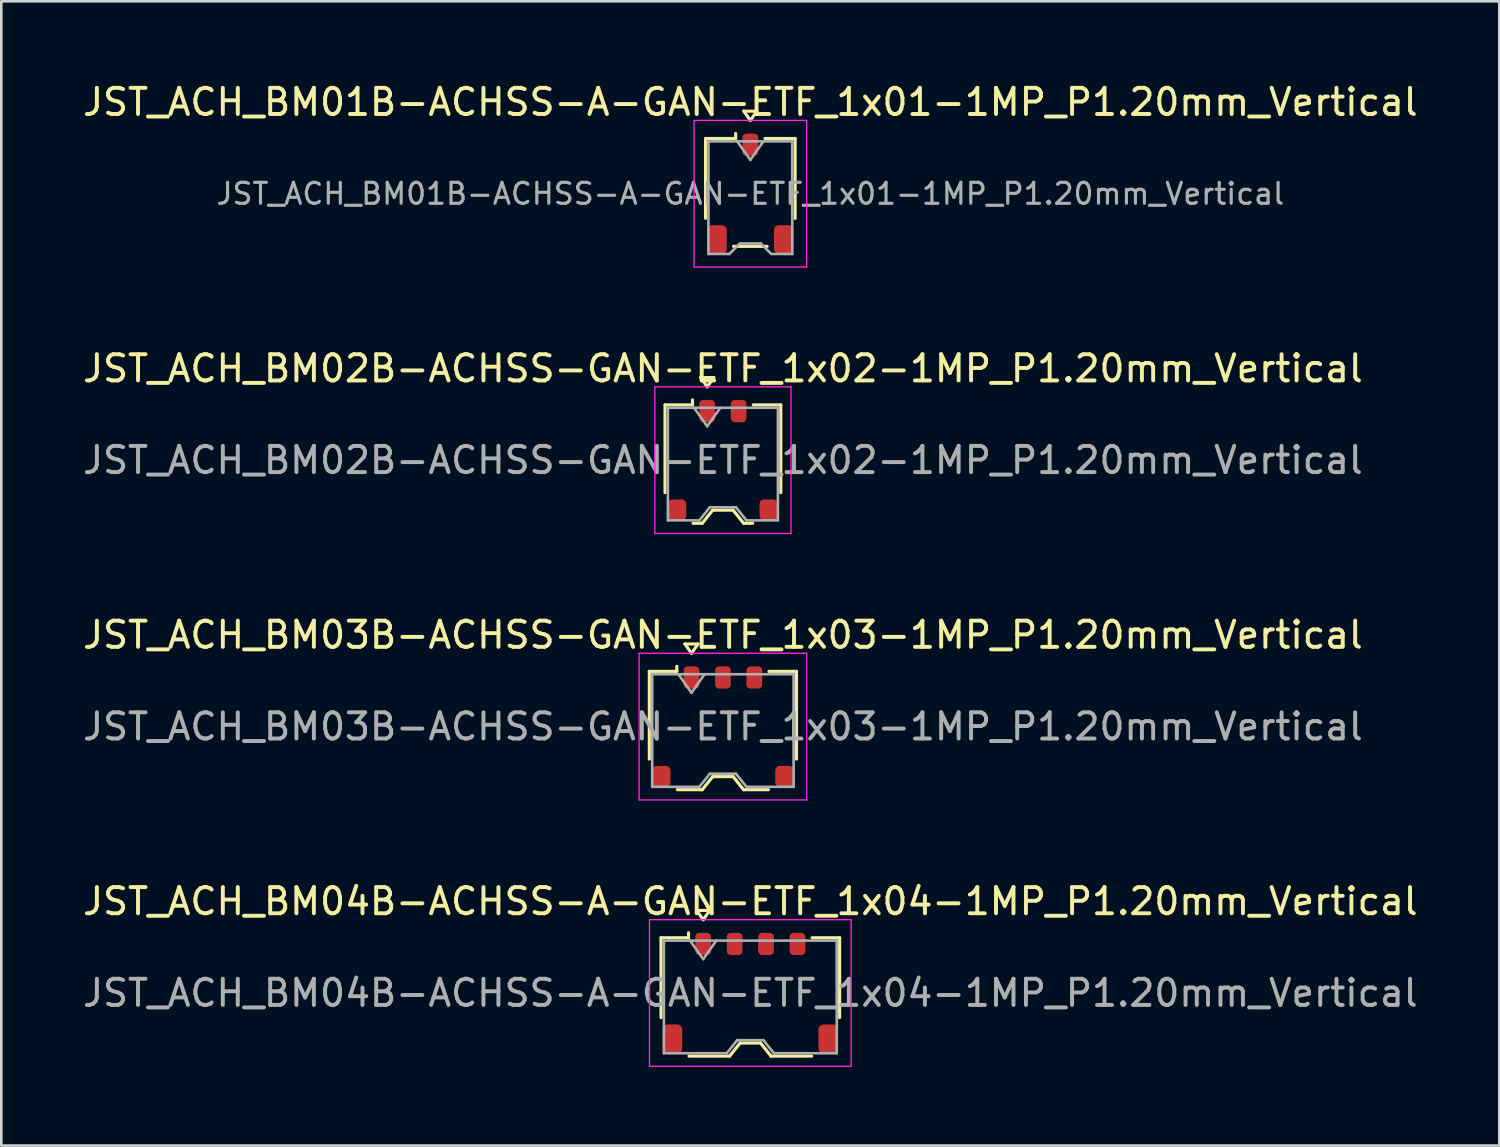
<source format=kicad_pcb>
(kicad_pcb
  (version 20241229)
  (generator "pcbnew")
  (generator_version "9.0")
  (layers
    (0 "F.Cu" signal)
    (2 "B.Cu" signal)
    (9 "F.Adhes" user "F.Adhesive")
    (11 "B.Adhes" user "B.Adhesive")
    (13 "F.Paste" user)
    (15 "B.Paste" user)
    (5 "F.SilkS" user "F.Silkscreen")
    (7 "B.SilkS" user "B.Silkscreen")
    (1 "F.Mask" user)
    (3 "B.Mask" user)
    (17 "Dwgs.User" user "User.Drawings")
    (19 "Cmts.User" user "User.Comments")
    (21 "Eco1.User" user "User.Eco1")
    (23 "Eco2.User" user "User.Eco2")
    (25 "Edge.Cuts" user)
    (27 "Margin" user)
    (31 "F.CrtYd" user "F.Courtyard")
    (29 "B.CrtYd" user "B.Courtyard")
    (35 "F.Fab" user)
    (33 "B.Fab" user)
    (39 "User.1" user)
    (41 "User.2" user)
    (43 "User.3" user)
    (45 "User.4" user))
  (footprint "JST_ACH_BM01B-ACHSS-A-GAN-ETF_1x01-1MP_P1.20mm_Vertical"
    (layer "F.Cu")
    (at 25.601 4.348)
    (property "Reference" "JST_ACH_BM01B-ACHSS-A-GAN-ETF_1x01-1MP_P1.20mm_Vertical" (at 0 -3.5 0) (layer "F.SilkS") (effects (font (size 1 1) (thickness 0.15))))
    (attr smd)
    (fp_line (start -1.71 -2.11) (end -0.56 -2.11) (stroke (width 0.12) (type solid)) (layer "F.SilkS"))
    (fp_line (start -1.71 0.94) (end -1.71 -2.11) (stroke (width 0.12) (type solid)) (layer "F.SilkS"))
    (fp_line (start -0.64 2.01) (end 0.64 2.01) (stroke (width 0.12) (type solid)) (layer "F.SilkS"))
    (fp_line (start -0.56 -2.11) (end -0.56 -2.3) (stroke (width 0.12) (type solid)) (layer "F.SilkS"))
    (fp_line (start -0.25 -3.154) (end 0 -2.8) (stroke (width 0.12) (type solid)) (layer "F.SilkS"))
    (fp_line (start 0 -2.8) (end 0.25 -3.154) (stroke (width 0.12) (type solid)) (layer "F.SilkS"))
    (fp_line (start 0.25 -3.154) (end -0.25 -3.154) (stroke (width 0.12) (type solid)) (layer "F.SilkS"))
    (fp_line (start 1.71 -2.11) (end 0.56 -2.11) (stroke (width 0.12) (type solid)) (layer "F.SilkS"))
    (fp_line (start 1.71 0.94) (end 1.71 -2.11) (stroke (width 0.12) (type solid)) (layer "F.SilkS"))
    (fp_line (start -2.15 -2.8) (end -2.15 2.8) (stroke (width 0.05) (type solid)) (layer "F.CrtYd"))
    (fp_line (start -2.15 2.8) (end 2.15 2.8) (stroke (width 0.05) (type solid)) (layer "F.CrtYd"))
    (fp_line (start 2.15 -2.8) (end -2.15 -2.8) (stroke (width 0.05) (type solid)) (layer "F.CrtYd"))
    (fp_line (start 2.15 2.8) (end 2.15 -2.8) (stroke (width 0.05) (type solid)) (layer "F.CrtYd"))
    (fp_line (start -1.6 -2) (end -1.6 2.3) (stroke (width 0.1) (type solid)) (layer "F.Fab"))
    (fp_line (start -1.6 -2) (end 1.6 -2) (stroke (width 0.1) (type solid)) (layer "F.Fab"))
    (fp_line (start -1.6 2.3) (end -0.8 2.3) (stroke (width 0.1) (type solid)) (layer "F.Fab"))
    (fp_line (start -0.8 2.3) (end -0.4 1.9) (stroke (width 0.1) (type solid)) (layer "F.Fab"))
    (fp_line (start -0.5 -2) (end 0 -1.293) (stroke (width 0.1) (type solid)) (layer "F.Fab"))
    (fp_line (start -0.4 1.9) (end 0.4 1.9) (stroke (width 0.1) (type solid)) (layer "F.Fab"))
    (fp_line (start 0 -1.293) (end 0.5 -2) (stroke (width 0.1) (type solid)) (layer "F.Fab"))
    (fp_line (start 0.4 1.9) (end 0.8 2.3) (stroke (width 0.1) (type solid)) (layer "F.Fab"))
    (fp_line (start 0.8 2.3) (end 1.6 2.3) (stroke (width 0.1) (type solid)) (layer "F.Fab"))
    (fp_line (start 1.6 -2) (end 1.6 2.3) (stroke (width 0.1) (type solid)) (layer "F.Fab"))
    (fp_text user "${REFERENCE}" (at 0 0 0) (layer "F.Fab") (effects (font (size 0.8 0.8) (thickness 0.12))))
    (pad "1" smd roundrect (at 0 -1.875) (size 0.6 0.85) (layers "F.Cu" "F.Mask" "F.Paste") (roundrect_rratio 0.25))
    (pad "MP" smd roundrect (at -1.275 1.75) (size 0.75 1.1) (layers "F.Cu" "F.Mask" "F.Paste") (roundrect_rratio 0.25))
    (pad "MP" smd roundrect (at 1.275 1.75) (size 0.75 1.1) (layers "F.Cu" "F.Mask" "F.Paste") (roundrect_rratio 0.25)))
  (footprint "JST_ACH_BM02B-ACHSS-GAN-ETF_1x02-1MP_P1.20mm_Vertical"
    (layer "F.Cu")
    (at 24.554 14.521)
    (property "Reference" "JST_ACH_BM02B-ACHSS-GAN-ETF_1x02-1MP_P1.20mm_Vertical" (at 0 -3.5 0) (layer "F.SilkS") (effects (font (size 1 1) (thickness 0.15))))
    (attr smd)
    (fp_line (start -2.21 -2.11) (end -1.16 -2.11) (stroke (width 0.12) (type solid)) (layer "F.SilkS"))
    (fp_line (start -2.21 1.24) (end -2.21 -2.11) (stroke (width 0.12) (type solid)) (layer "F.SilkS"))
    (fp_line (start -1.16 -2.11) (end -1.16 -2.3) (stroke (width 0.12) (type solid)) (layer "F.SilkS"))
    (fp_line (start -1.14 2.41) (end -0.79 2.41) (stroke (width 0.12) (type solid)) (layer "F.SilkS"))
    (fp_line (start -0.85 -3.154) (end -0.6 -2.8) (stroke (width 0.12) (type solid)) (layer "F.SilkS"))
    (fp_line (start -0.79 2.41) (end -0.39 1.91) (stroke (width 0.12) (type solid)) (layer "F.SilkS"))
    (fp_line (start -0.6 -2.8) (end -0.35 -3.154) (stroke (width 0.12) (type solid)) (layer "F.SilkS"))
    (fp_line (start -0.39 1.91) (end 0.39 1.91) (stroke (width 0.12) (type solid)) (layer "F.SilkS"))
    (fp_line (start -0.35 -3.154) (end -0.85 -3.154) (stroke (width 0.12) (type solid)) (layer "F.SilkS"))
    (fp_line (start 0.39 1.91) (end 0.79 2.41) (stroke (width 0.12) (type solid)) (layer "F.SilkS"))
    (fp_line (start 0.79 2.41) (end 1.14 2.41) (stroke (width 0.12) (type solid)) (layer "F.SilkS"))
    (fp_line (start 2.21 -2.11) (end 1.16 -2.11) (stroke (width 0.12) (type solid)) (layer "F.SilkS"))
    (fp_line (start 2.21 1.24) (end 2.21 -2.11) (stroke (width 0.12) (type solid)) (layer "F.SilkS"))
    (fp_line (start -2.6 -2.8) (end -2.6 2.8) (stroke (width 0.05) (type solid)) (layer "F.CrtYd"))
    (fp_line (start -2.6 2.8) (end 2.6 2.8) (stroke (width 0.05) (type solid)) (layer "F.CrtYd"))
    (fp_line (start 2.6 -2.8) (end -2.6 -2.8) (stroke (width 0.05) (type solid)) (layer "F.CrtYd"))
    (fp_line (start 2.6 2.8) (end 2.6 -2.8) (stroke (width 0.05) (type solid)) (layer "F.CrtYd"))
    (fp_line (start -2.1 -2) (end -2.1 2.3) (stroke (width 0.1) (type solid)) (layer "F.Fab"))
    (fp_line (start -2.1 -2) (end 2.1 -2) (stroke (width 0.1) (type solid)) (layer "F.Fab"))
    (fp_line (start -2.1 2.3) (end -0.9 2.3) (stroke (width 0.1) (type solid)) (layer "F.Fab"))
    (fp_line (start -1.1 -2) (end -0.6 -1.293) (stroke (width 0.1) (type solid)) (layer "F.Fab"))
    (fp_line (start -0.9 2.3) (end -0.5 1.8) (stroke (width 0.1) (type solid)) (layer "F.Fab"))
    (fp_line (start -0.6 -1.293) (end -0.1 -2) (stroke (width 0.1) (type solid)) (layer "F.Fab"))
    (fp_line (start -0.5 1.8) (end 0.5 1.8) (stroke (width 0.1) (type solid)) (layer "F.Fab"))
    (fp_line (start 0.5 1.8) (end 0.9 2.3) (stroke (width 0.1) (type solid)) (layer "F.Fab"))
    (fp_line (start 0.9 2.3) (end 2.1 2.3) (stroke (width 0.1) (type solid)) (layer "F.Fab"))
    (fp_line (start 2.1 -2) (end 2.1 2.3) (stroke (width 0.1) (type solid)) (layer "F.Fab"))
    (fp_text user "${REFERENCE}" (at 0 0 0) (layer "F.Fab") (effects (font (size 1 1) (thickness 0.15))))
    (pad "1" smd roundrect (at -0.6 -1.875) (size 0.6 0.85) (layers "F.Cu" "F.Mask" "F.Paste") (roundrect_rratio 0.25))
    (pad "2" smd roundrect (at 0.6 -1.875) (size 0.6 0.85) (layers "F.Cu" "F.Mask" "F.Paste") (roundrect_rratio 0.25))
    (pad "MP" smd roundrect (at -1.75 1.9) (size 0.7 0.8) (layers "F.Cu" "F.Mask" "F.Paste") (roundrect_rratio 0.25))
    (pad "MP" smd roundrect (at 1.75 1.9) (size 0.7 0.8) (layers "F.Cu" "F.Mask" "F.Paste") (roundrect_rratio 0.25)))
  (footprint "JST_ACH_BM03B-ACHSS-GAN-ETF_1x03-1MP_P1.20mm_Vertical"
    (layer "F.Cu")
    (at 24.554 24.695)
    (property "Reference" "JST_ACH_BM03B-ACHSS-GAN-ETF_1x03-1MP_P1.20mm_Vertical" (at 0 -3.5 0) (layer "F.SilkS") (effects (font (size 1 1) (thickness 0.15))))
    (attr smd)
    (fp_line (start -2.81 -2.11) (end -1.76 -2.11) (stroke (width 0.12) (type solid)) (layer "F.SilkS"))
    (fp_line (start -2.81 1.24) (end -2.81 -2.11) (stroke (width 0.12) (type solid)) (layer "F.SilkS"))
    (fp_line (start -1.76 -2.11) (end -1.76 -2.3) (stroke (width 0.12) (type solid)) (layer "F.SilkS"))
    (fp_line (start -1.74 2.41) (end -0.79 2.41) (stroke (width 0.12) (type solid)) (layer "F.SilkS"))
    (fp_line (start -1.45 -3.154) (end -1.2 -2.8) (stroke (width 0.12) (type solid)) (layer "F.SilkS"))
    (fp_line (start -1.2 -2.8) (end -0.95 -3.154) (stroke (width 0.12) (type solid)) (layer "F.SilkS"))
    (fp_line (start -0.95 -3.154) (end -1.45 -3.154) (stroke (width 0.12) (type solid)) (layer "F.SilkS"))
    (fp_line (start -0.79 2.41) (end -0.39 1.91) (stroke (width 0.12) (type solid)) (layer "F.SilkS"))
    (fp_line (start -0.39 1.91) (end 0.39 1.91) (stroke (width 0.12) (type solid)) (layer "F.SilkS"))
    (fp_line (start 0.39 1.91) (end 0.79 2.41) (stroke (width 0.12) (type solid)) (layer "F.SilkS"))
    (fp_line (start 0.79 2.41) (end 1.74 2.41) (stroke (width 0.12) (type solid)) (layer "F.SilkS"))
    (fp_line (start 2.81 -2.11) (end 1.76 -2.11) (stroke (width 0.12) (type solid)) (layer "F.SilkS"))
    (fp_line (start 2.81 1.24) (end 2.81 -2.11) (stroke (width 0.12) (type solid)) (layer "F.SilkS"))
    (fp_line (start -3.2 -2.8) (end -3.2 2.8) (stroke (width 0.05) (type solid)) (layer "F.CrtYd"))
    (fp_line (start -3.2 2.8) (end 3.2 2.8) (stroke (width 0.05) (type solid)) (layer "F.CrtYd"))
    (fp_line (start 3.2 -2.8) (end -3.2 -2.8) (stroke (width 0.05) (type solid)) (layer "F.CrtYd"))
    (fp_line (start 3.2 2.8) (end 3.2 -2.8) (stroke (width 0.05) (type solid)) (layer "F.CrtYd"))
    (fp_line (start -2.7 -2) (end -2.7 2.3) (stroke (width 0.1) (type solid)) (layer "F.Fab"))
    (fp_line (start -2.7 -2) (end 2.7 -2) (stroke (width 0.1) (type solid)) (layer "F.Fab"))
    (fp_line (start -2.7 2.3) (end -0.9 2.3) (stroke (width 0.1) (type solid)) (layer "F.Fab"))
    (fp_line (start -1.7 -2) (end -1.2 -1.293) (stroke (width 0.1) (type solid)) (layer "F.Fab"))
    (fp_line (start -1.2 -1.293) (end -0.7 -2) (stroke (width 0.1) (type solid)) (layer "F.Fab"))
    (fp_line (start -0.9 2.3) (end -0.5 1.8) (stroke (width 0.1) (type solid)) (layer "F.Fab"))
    (fp_line (start -0.5 1.8) (end 0.5 1.8) (stroke (width 0.1) (type solid)) (layer "F.Fab"))
    (fp_line (start 0.5 1.8) (end 0.9 2.3) (stroke (width 0.1) (type solid)) (layer "F.Fab"))
    (fp_line (start 0.9 2.3) (end 2.7 2.3) (stroke (width 0.1) (type solid)) (layer "F.Fab"))
    (fp_line (start 2.7 -2) (end 2.7 2.3) (stroke (width 0.1) (type solid)) (layer "F.Fab"))
    (fp_text user "${REFERENCE}" (at 0 0 0) (layer "F.Fab") (effects (font (size 1 1) (thickness 0.15))))
    (pad "1" smd roundrect (at -1.2 -1.875) (size 0.6 0.85) (layers "F.Cu" "F.Mask" "F.Paste") (roundrect_rratio 0.25))
    (pad "2" smd roundrect (at 0 -1.875) (size 0.6 0.85) (layers "F.Cu" "F.Mask" "F.Paste") (roundrect_rratio 0.25))
    (pad "3" smd roundrect (at 1.2 -1.875) (size 0.6 0.85) (layers "F.Cu" "F.Mask" "F.Paste") (roundrect_rratio 0.25))
    (pad "MP" smd roundrect (at -2.35 1.9) (size 0.7 0.8) (layers "F.Cu" "F.Mask" "F.Paste") (roundrect_rratio 0.25))
    (pad "MP" smd roundrect (at 2.35 1.9) (size 0.7 0.8) (layers "F.Cu" "F.Mask" "F.Paste") (roundrect_rratio 0.25)))
  (footprint "JST_ACH_BM04B-ACHSS-A-GAN-ETF_1x04-1MP_P1.20mm_Vertical"
    (layer "F.Cu")
    (at 25.601 34.868)
    (property "Reference" "JST_ACH_BM04B-ACHSS-A-GAN-ETF_1x04-1MP_P1.20mm_Vertical" (at 0 -3.5 0) (layer "F.SilkS") (effects (font (size 1 1) (thickness 0.15))))
    (attr smd)
    (fp_line (start -3.41 -2.11) (end -2.36 -2.11) (stroke (width 0.12) (type solid)) (layer "F.SilkS"))
    (fp_line (start -3.41 0.94) (end -3.41 -2.11) (stroke (width 0.12) (type solid)) (layer "F.SilkS"))
    (fp_line (start -2.36 -2.11) (end -2.36 -2.3) (stroke (width 0.12) (type solid)) (layer "F.SilkS"))
    (fp_line (start -2.34 2.41) (end -0.79 2.41) (stroke (width 0.12) (type solid)) (layer "F.SilkS"))
    (fp_line (start -2.05 -3.154) (end -1.8 -2.8) (stroke (width 0.12) (type solid)) (layer "F.SilkS"))
    (fp_line (start -1.8 -2.8) (end -1.55 -3.154) (stroke (width 0.12) (type solid)) (layer "F.SilkS"))
    (fp_line (start -1.55 -3.154) (end -2.05 -3.154) (stroke (width 0.12) (type solid)) (layer "F.SilkS"))
    (fp_line (start -0.79 2.41) (end -0.39 1.91) (stroke (width 0.12) (type solid)) (layer "F.SilkS"))
    (fp_line (start -0.39 1.91) (end 0.39 1.91) (stroke (width 0.12) (type solid)) (layer "F.SilkS"))
    (fp_line (start 0.39 1.91) (end 0.79 2.41) (stroke (width 0.12) (type solid)) (layer "F.SilkS"))
    (fp_line (start 0.79 2.41) (end 2.34 2.41) (stroke (width 0.12) (type solid)) (layer "F.SilkS"))
    (fp_line (start 3.41 -2.11) (end 2.36 -2.11) (stroke (width 0.12) (type solid)) (layer "F.SilkS"))
    (fp_line (start 3.41 0.94) (end 3.41 -2.11) (stroke (width 0.12) (type solid)) (layer "F.SilkS"))
    (fp_line (start -3.85 -2.8) (end -3.85 2.8) (stroke (width 0.05) (type solid)) (layer "F.CrtYd"))
    (fp_line (start -3.85 2.8) (end 3.85 2.8) (stroke (width 0.05) (type solid)) (layer "F.CrtYd"))
    (fp_line (start 3.85 -2.8) (end -3.85 -2.8) (stroke (width 0.05) (type solid)) (layer "F.CrtYd"))
    (fp_line (start 3.85 2.8) (end 3.85 -2.8) (stroke (width 0.05) (type solid)) (layer "F.CrtYd"))
    (fp_line (start -3.3 -2) (end -3.3 2.3) (stroke (width 0.1) (type solid)) (layer "F.Fab"))
    (fp_line (start -3.3 -2) (end 3.3 -2) (stroke (width 0.1) (type solid)) (layer "F.Fab"))
    (fp_line (start -3.3 2.3) (end -0.9 2.3) (stroke (width 0.1) (type solid)) (layer "F.Fab"))
    (fp_line (start -2.3 -2) (end -1.8 -1.293) (stroke (width 0.1) (type solid)) (layer "F.Fab"))
    (fp_line (start -1.8 -1.293) (end -1.3 -2) (stroke (width 0.1) (type solid)) (layer "F.Fab"))
    (fp_line (start -0.9 2.3) (end -0.5 1.8) (stroke (width 0.1) (type solid)) (layer "F.Fab"))
    (fp_line (start -0.5 1.8) (end 0.5 1.8) (stroke (width 0.1) (type solid)) (layer "F.Fab"))
    (fp_line (start 0.5 1.8) (end 0.9 2.3) (stroke (width 0.1) (type solid)) (layer "F.Fab"))
    (fp_line (start 0.9 2.3) (end 3.3 2.3) (stroke (width 0.1) (type solid)) (layer "F.Fab"))
    (fp_line (start 3.3 -2) (end 3.3 2.3) (stroke (width 0.1) (type solid)) (layer "F.Fab"))
    (fp_text user "${REFERENCE}" (at 0 0 0) (layer "F.Fab") (effects (font (size 1 1) (thickness 0.15))))
    (pad "1" smd roundrect (at -1.8 -1.875) (size 0.6 0.85) (layers "F.Cu" "F.Mask" "F.Paste") (roundrect_rratio 0.25))
    (pad "2" smd roundrect (at -0.6 -1.875) (size 0.6 0.85) (layers "F.Cu" "F.Mask" "F.Paste") (roundrect_rratio 0.25))
    (pad "3" smd roundrect (at 0.6 -1.875) (size 0.6 0.85) (layers "F.Cu" "F.Mask" "F.Paste") (roundrect_rratio 0.25))
    (pad "4" smd roundrect (at 1.8 -1.875) (size 0.6 0.85) (layers "F.Cu" "F.Mask" "F.Paste") (roundrect_rratio 0.25))
    (pad "MP" smd roundrect (at -2.975 1.75) (size 0.75 1.1) (layers "F.Cu" "F.Mask" "F.Paste") (roundrect_rratio 0.25))
    (pad "MP" smd roundrect (at 2.975 1.75) (size 0.75 1.1) (layers "F.Cu" "F.Mask" "F.Paste") (roundrect_rratio 0.25)))
  (gr_rect
    (start -3 -3)
    (end 54.202 40.693)
    (stroke (width 0.1) (type default))
    (fill no)
    (layer "Edge.Cuts")))
</source>
